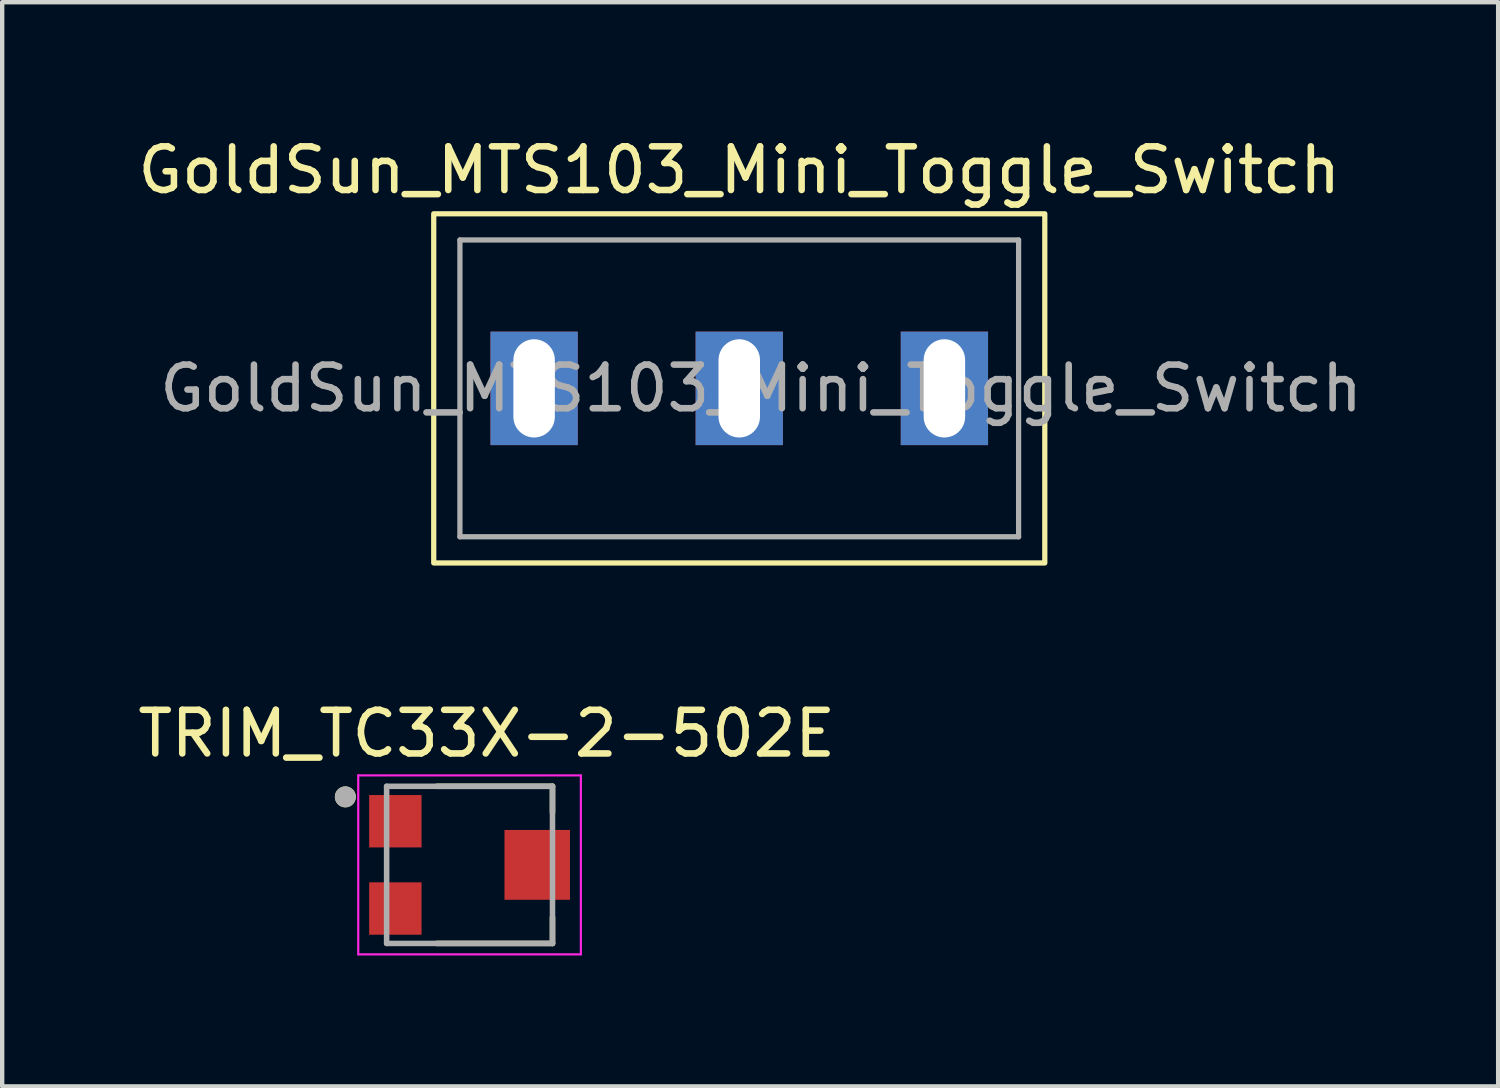
<source format=kicad_pcb>
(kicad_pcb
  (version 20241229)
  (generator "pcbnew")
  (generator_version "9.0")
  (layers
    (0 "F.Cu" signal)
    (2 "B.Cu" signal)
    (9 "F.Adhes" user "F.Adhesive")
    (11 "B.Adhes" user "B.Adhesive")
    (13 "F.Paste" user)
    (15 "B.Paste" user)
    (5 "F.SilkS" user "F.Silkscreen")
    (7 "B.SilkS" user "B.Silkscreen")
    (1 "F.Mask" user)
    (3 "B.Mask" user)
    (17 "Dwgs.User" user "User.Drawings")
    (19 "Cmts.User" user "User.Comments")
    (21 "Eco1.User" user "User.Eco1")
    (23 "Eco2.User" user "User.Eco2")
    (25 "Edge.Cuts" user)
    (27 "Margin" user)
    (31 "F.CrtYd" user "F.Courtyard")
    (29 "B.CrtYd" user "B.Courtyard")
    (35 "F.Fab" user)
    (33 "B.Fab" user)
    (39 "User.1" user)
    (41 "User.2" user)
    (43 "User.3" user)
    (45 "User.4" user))
  (footprint "TRIM_TC33X-2-502E"
    (layer "F.Cu")
    (at 7.808 16.765)
    (property "Reference" "TRIM_TC33X-2-502E" (at 0.294 -3.008 0) (layer "F.SilkS") (effects (font (size 1 1) (thickness 0.15))))
    (attr through_hole)
    (fp_line (start -0.85 -1.8) (end 1.8 -1.8) (stroke (width 0.127) (type solid)) (layer "F.SilkS"))
    (fp_line (start -0.85 1.8) (end 1.8 1.8) (stroke (width 0.127) (type solid)) (layer "F.SilkS"))
    (fp_line (start 1.8 -1.8) (end 1.8 -1.2) (stroke (width 0.127) (type solid)) (layer "F.SilkS"))
    (fp_line (start 1.8 1.8) (end 1.8 1.2) (stroke (width 0.127) (type solid)) (layer "F.SilkS"))
    (fp_circle (center -2.946 -1.558) (end -2.826 -1.558) (stroke (width 0.24) (type solid)) (fill no) (layer "F.SilkS"))
    (fp_line (start -2.65 -2.05) (end 2.45 -2.05) (stroke (width 0.05) (type solid)) (layer "F.CrtYd"))
    (fp_line (start -2.65 2.05) (end -2.65 -2.05) (stroke (width 0.05) (type solid)) (layer "F.CrtYd"))
    (fp_line (start 2.45 -2.05) (end 2.45 2.05) (stroke (width 0.05) (type solid)) (layer "F.CrtYd"))
    (fp_line (start 2.45 2.05) (end -2.65 2.05) (stroke (width 0.05) (type solid)) (layer "F.CrtYd"))
    (fp_line (start -2 -1.8) (end 1.8 -1.8) (stroke (width 0.127) (type solid)) (layer "F.Fab"))
    (fp_line (start -2 1.8) (end -2 -1.8) (stroke (width 0.127) (type solid)) (layer "F.Fab"))
    (fp_line (start 1.8 -1.8) (end 1.8 1.8) (stroke (width 0.127) (type solid)) (layer "F.Fab"))
    (fp_line (start 1.8 1.8) (end -2 1.8) (stroke (width 0.127) (type solid)) (layer "F.Fab"))
    (fp_circle (center -2.946 -1.558) (end -2.826 -1.558) (stroke (width 0.24) (type solid)) (fill no) (layer "F.Fab"))
    (pad "1" smd rect (at -1.8 -1) (size 1.2 1.2) (layers "F.Cu" "F.Mask" "F.Paste"))
    (pad "2" smd rect (at 1.45 0) (size 1.5 1.6) (layers "F.Cu" "F.Mask" "F.Paste"))
    (pad "3" smd rect (at -1.8 1) (size 1.2 1.2) (layers "F.Cu" "F.Mask" "F.Paste")))
  (footprint "GoldSun_MTS103_Mini_Toggle_Switch"
    (layer "F.Cu")
    (at 13.887 5.848)
    (property "Reference" "GoldSun_MTS103_Mini_Toggle_Switch" (at 0 -5 0) (unlocked yes) (layer "F.SilkS") (effects (font (size 1 1) (thickness 0.15))))
    (attr through_hole)
    (fp_rect (start -7 -4) (end 7 4) (stroke (width 0.12) (type solid)) (fill no) (layer "F.SilkS"))
    (fp_line (start -6.4 -3.4) (end -6.4 3.4) (stroke (width 0.12) (type solid)) (layer "F.Fab"))
    (fp_line (start -6.4 -3.4) (end 6.4 -3.4) (stroke (width 0.12) (type solid)) (layer "F.Fab"))
    (fp_line (start -6.4 3.4) (end 6.4 3.4) (stroke (width 0.12) (type solid)) (layer "F.Fab"))
    (fp_line (start 6.4 -3.4) (end 6.4 3.4) (stroke (width 0.12) (type solid)) (layer "F.Fab"))
    (fp_text user "${REFERENCE}" (at 0.5 0 0) (unlocked yes) (layer "F.Fab") (effects (font (size 1 1) (thickness 0.15))))
    (pad "1" thru_hole rect (at -4.7 0) (size 2 2.6) (drill oval 0.95 2.25) (layers "*.Cu" "*.Mask"))
    (pad "2" thru_hole rect (at 0 0) (size 2 2.6) (drill oval 0.95 2.25) (layers "*.Cu" "*.Mask"))
    (pad "3" thru_hole rect (at 4.7 0) (size 2 2.6) (drill oval 0.95 2.25) (layers "*.Cu" "*.Mask")))
  (gr_rect
    (start -3 -3)
    (end 31.274 21.84)
    (stroke (width 0.1) (type default))
    (fill no)
    (layer "Edge.Cuts")))
</source>
